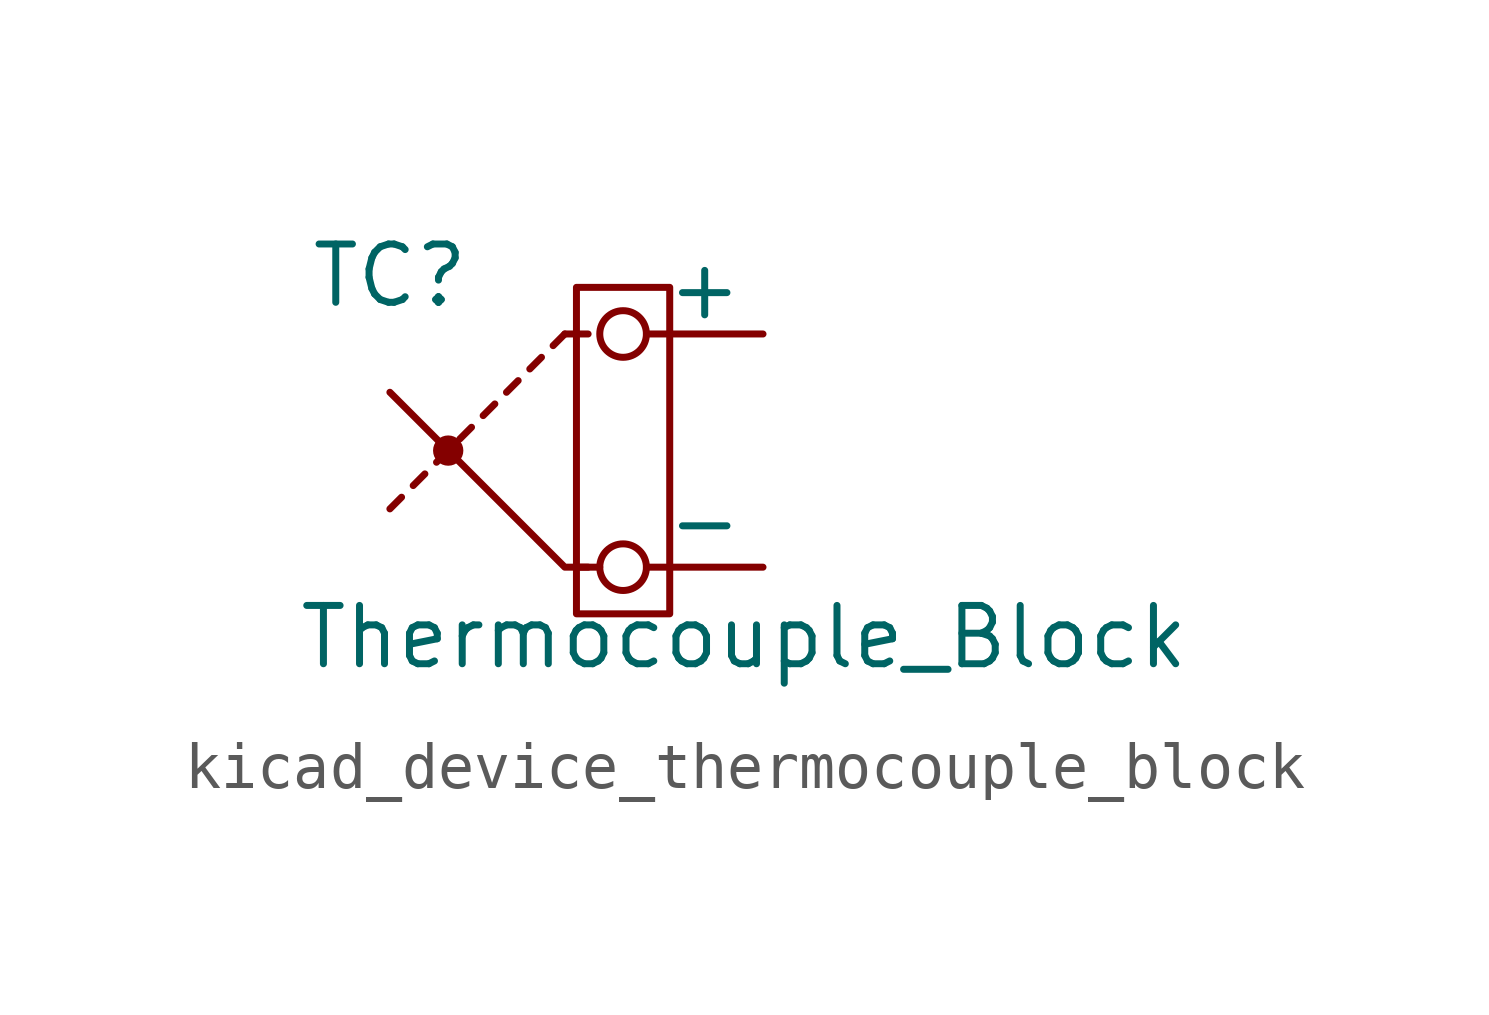
<source format=kicad_sym>
(kicad_symbol_lib
  (version 20220914)
  (generator kicad_symbol_editor)
  (symbol "kicad_device_thermocouple_block"
    (pin_numbers hide)
    (pin_names
      (offset 0))
    (property "Reference" "TC"
      (at -3.048 3.81 0)
      (effects (font (size 1.27 1.27))))
    (property "Value" "Thermocouple_Block"
      (at -5.08 -4.064 0)
      (effects (font (size 1.27 1.27)) (justify left)))
    (symbol "kicad_device_thermocouple_block_0_1"
      (circle (center -1.778 0) (radius 0.254) (stroke (width 0) (type default)) (fill (type outline)))
      (polyline (pts (xy -2.794 -1.016) (xy -3.048 -1.27)) (stroke (width 0) (type default)) (fill (type none)))
      (polyline (pts (xy -2.286 -0.508) (xy -2.54 -0.762)) (stroke (width 0) (type default)) (fill (type none)))
      (polyline (pts (xy -1.778 0) (xy -2.032 -0.254)) (stroke (width 0) (type default)) (fill (type none)))
      (polyline (pts (xy -1.27 0.508) (xy -1.524 0.254)) (stroke (width 0) (type default)) (fill (type none)))
      (polyline (pts (xy -0.762 1.016) (xy -1.016 0.762)) (stroke (width 0) (type default)) (fill (type none)))
      (polyline (pts (xy -0.254 1.524) (xy -0.508 1.27)) (stroke (width 0) (type default)) (fill (type none)))
      (polyline (pts (xy 0.254 2.032) (xy 0 1.778)) (stroke (width 0) (type default)) (fill (type none)))
      (polyline (pts (xy 0.762 2.54) (xy 0.508 2.286)) (stroke (width 0) (type default)) (fill (type none)))
      (polyline (pts (xy 1.27 -2.54) (xy 1.016 -2.54)) (stroke (width 0) (type default)) (fill (type none)))
      (polyline (pts (xy 1.27 2.54) (xy 0.762 2.54)) (stroke (width 0) (type default)) (fill (type none)))
      (polyline (pts (xy 1.524 -2.54) (xy 0.762 -2.54) (xy -3.048 1.27)) (stroke (width 0) (type default)) (fill (type none)))
      (rectangle (start 1.016 3.556) (end 3.048 -3.556) (stroke (width 0) (type default)) (fill (type none)))
      (circle (center 2.032 -2.54) (radius 0.508) (stroke (width 0) (type default)) (fill (type none)))
      (circle (center 2.032 2.54) (radius 0.508) (stroke (width 0) (type default)) (fill (type none))))
    (symbol "kicad_device_thermocouple_block_1_1"
      (pin passive line (at 5.08 2.54 180) (length 2.54) (name "+" (effects (font (size 1.27 1.27)))) (number "1" (effects (font (size 1.27 1.27)))))
      (pin passive line (at 5.08 -2.54 180) (length 2.54) (name "-" (effects (font (size 1.27 1.27)))) (number "2" (effects (font (size 1.27 1.27))))))))
</source>
